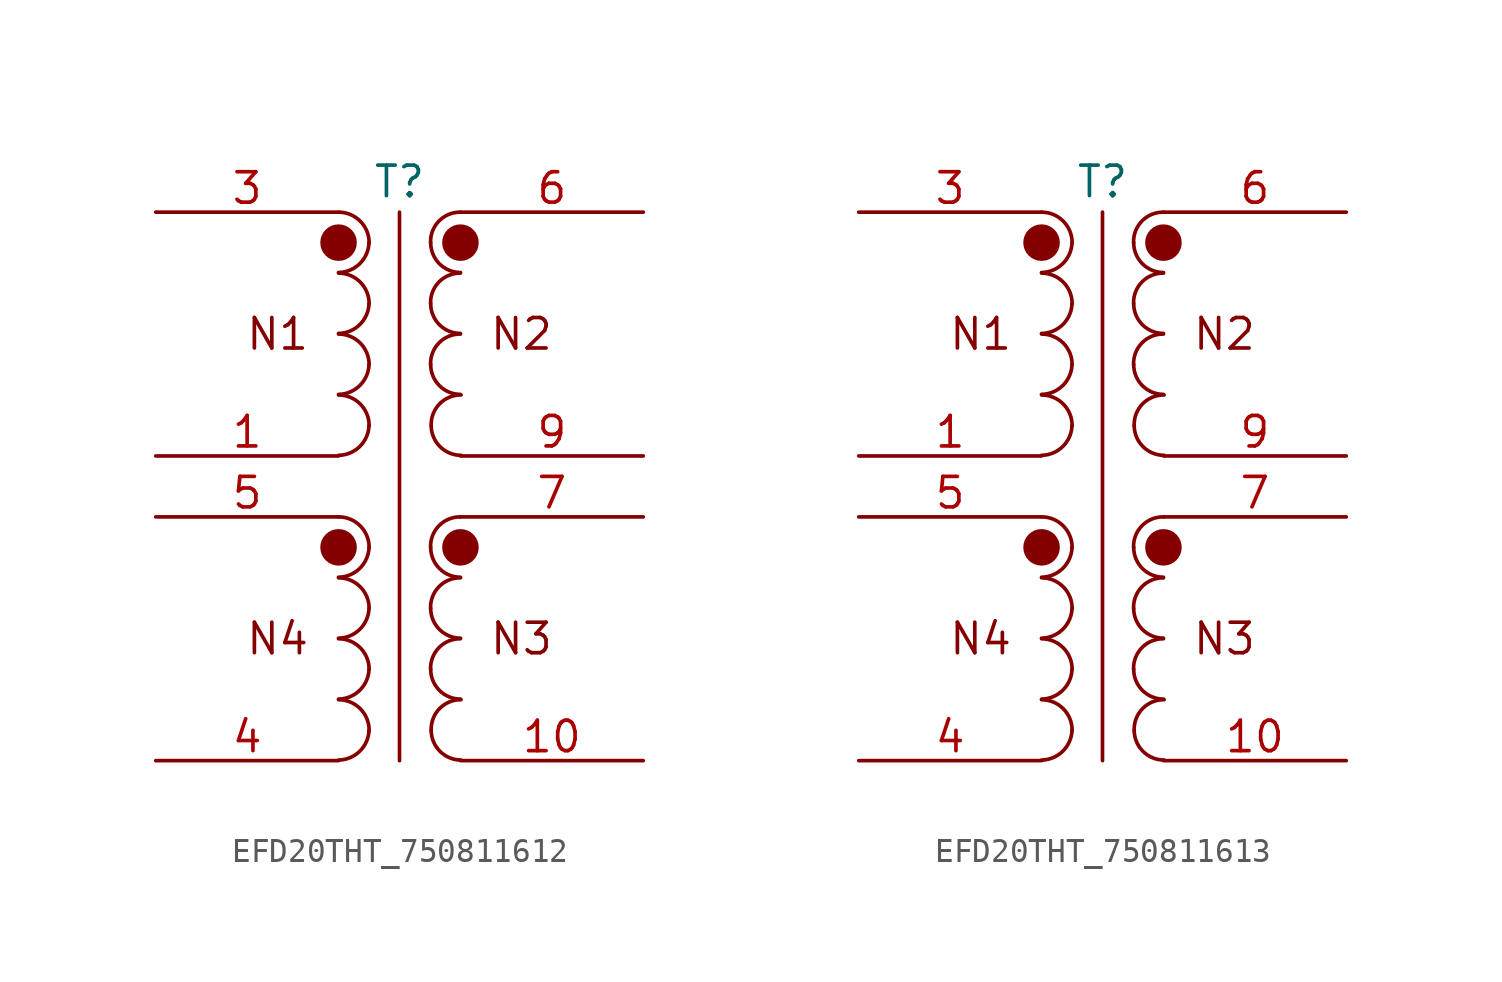
<source format=kicad_sym>
(kicad_symbol_lib
  (version 20220914)
  (generator kicad_symbol_editor)
  (symbol "EFD20THT_750811612"
    (pin_names hide)
    (property "Reference" "T"
      (at 0 12.7 0)
      (effects (font (size 1.27 1.27))))
    (symbol "EFD20THT_750811612_0_1"
      (arc (start -2.54 -11.4046) (mid -1.6561 -11.0363) (end -1.27 -10.16) (stroke (width 0) (type default)) (fill (type none)))
      (arc (start -2.54 -8.8646) (mid -1.6561 -8.4963) (end -1.27 -7.62) (stroke (width 0) (type default)) (fill (type none)))
      (arc (start -2.54 -6.3246) (mid -1.6561 -5.9563) (end -1.27 -5.08) (stroke (width 0) (type default)) (fill (type none)))
      (arc (start -2.54 -3.7846) (mid -1.6561 -3.4163) (end -1.27 -2.54) (stroke (width 0) (type default)) (fill (type none)))
      (arc (start -2.54 1.2954) (mid -1.6561 1.6637) (end -1.27 2.54) (stroke (width 0) (type default)) (fill (type none)))
      (arc (start -2.54 3.8354) (mid -1.6561 4.2037) (end -1.27 5.08) (stroke (width 0) (type default)) (fill (type none)))
      (arc (start -2.54 6.3754) (mid -1.6561 6.7437) (end -1.27 7.62) (stroke (width 0) (type default)) (fill (type none)))
      (arc (start -2.54 8.9154) (mid -1.6561 9.2837) (end -1.27 10.16) (stroke (width 0) (type default)) (fill (type none)))
      (arc (start -1.27 -10.16) (mid -1.642 -9.262) (end -2.54 -8.89) (stroke (width 0) (type default)) (fill (type none)))
      (arc (start -1.27 -7.62) (mid -1.642 -6.722) (end -2.54 -6.35) (stroke (width 0) (type default)) (fill (type none)))
      (arc (start -1.27 -5.08) (mid -1.642 -4.182) (end -2.54 -3.81) (stroke (width 0) (type default)) (fill (type none)))
      (arc (start -1.27 -2.54) (mid -1.642 -1.642) (end -2.54 -1.27) (stroke (width 0) (type default)) (fill (type none)))
      (arc (start -1.27 2.54) (mid -1.642 3.438) (end -2.54 3.81) (stroke (width 0) (type default)) (fill (type none)))
      (arc (start -1.27 5.08) (mid -1.642 5.978) (end -2.54 6.35) (stroke (width 0) (type default)) (fill (type none)))
      (arc (start -1.27 7.62) (mid -1.642 8.518) (end -2.54 8.89) (stroke (width 0) (type default)) (fill (type none)))
      (arc (start -1.27 10.16) (mid -1.642 11.058) (end -2.54 11.43) (stroke (width 0) (type default)) (fill (type none)))
      (polyline (pts (xy 0 11.43) (xy 0 -11.43)) (stroke (width 0) (type default)) (fill (type none)))
      (arc (start 1.2954 -7.62) (mid 1.6599 -8.5001) (end 2.54 -8.8646) (stroke (width 0) (type default)) (fill (type none)))
      (arc (start 1.2954 -5.08) (mid 1.6599 -5.9601) (end 2.54 -6.3246) (stroke (width 0) (type default)) (fill (type none)))
      (arc (start 1.2954 -2.54) (mid 1.6599 -3.4201) (end 2.54 -3.7846) (stroke (width 0) (type default)) (fill (type none)))
      (arc (start 1.2954 5.08) (mid 1.6599 4.1999) (end 2.54 3.8354) (stroke (width 0) (type default)) (fill (type none)))
      (arc (start 1.2954 7.62) (mid 1.6599 6.7399) (end 2.54 6.3754) (stroke (width 0) (type default)) (fill (type none)))
      (arc (start 1.2954 10.16) (mid 1.6599 9.2799) (end 2.54 8.9154) (stroke (width 0) (type default)) (fill (type none)))
      (arc (start 1.3208 -10.16) (mid 1.6854 -11.0399) (end 2.5654 -11.4046) (stroke (width 0) (type default)) (fill (type none)))
      (arc (start 1.3208 2.54) (mid 1.6855 1.6601) (end 2.5654 1.2954) (stroke (width 0) (type default)) (fill (type none)))
      (arc (start 2.54 -6.35) (mid 1.6458 -6.7185) (end 1.2954 -7.62) (stroke (width 0) (type default)) (fill (type none)))
      (arc (start 2.54 -3.81) (mid 1.6458 -4.1785) (end 1.2954 -5.08) (stroke (width 0) (type default)) (fill (type none)))
      (arc (start 2.54 -1.27) (mid 1.6458 -1.6385) (end 1.2954 -2.54) (stroke (width 0) (type default)) (fill (type none)))
      (arc (start 2.54 6.35) (mid 1.6458 5.9815) (end 1.2954 5.08) (stroke (width 0) (type default)) (fill (type none)))
      (arc (start 2.54 8.89) (mid 1.6458 8.5215) (end 1.2954 7.62) (stroke (width 0) (type default)) (fill (type none)))
      (arc (start 2.54 11.43) (mid 1.6458 11.0615) (end 1.2954 10.16) (stroke (width 0) (type default)) (fill (type none)))
      (arc (start 2.5654 -8.89) (mid 1.6709 -9.2583) (end 1.3208 -10.16) (stroke (width 0) (type default)) (fill (type none)))
      (arc (start 2.5654 3.81) (mid 1.6709 3.4417) (end 1.3208 2.54) (stroke (width 0) (type default)) (fill (type none))))
    (symbol "EFD20THT_750811612_1_1"
      (circle (center -2.54 -2.54) (radius 0.0001) (stroke (width 0.762) (type default)) (fill (type none)))
      (circle (center -2.54 10.16) (radius 0.0001) (stroke (width 0.762) (type default)) (fill (type none)))
      (circle (center 2.54 -2.54) (radius 0.0001) (stroke (width 0.762) (type default)) (fill (type none)))
      (circle (center 2.54 10.16) (radius 0.0001) (stroke (width 0.762) (type default)) (fill (type none)))
      (text "N1" (at -5.08 6.35 0) (effects (font (size 1.27 1.27))))
      (text "N2" (at 5.08 6.35 0) (effects (font (size 1.27 1.27))))
      (text "N3" (at 5.08 -6.35 0) (effects (font (size 1.27 1.27))))
      (text "N4" (at -5.08 -6.35 0) (effects (font (size 1.27 1.27))))
      (pin passive line (at -10.16 1.27 0) (length 7.62) (name "1" (effects (font (size 1.27 1.27)))) (number "1" (effects (font (size 1.27 1.27)))))
      (pin passive line (at 10.16 -11.43 180) (length 7.62) (name "10" (effects (font (size 1.27 1.27)))) (number "10" (effects (font (size 1.27 1.27)))))
      (pin passive line (at -10.16 11.43 0) (length 7.62) (name "3" (effects (font (size 1.27 1.27)))) (number "3" (effects (font (size 1.27 1.27)))))
      (pin passive line (at -10.16 -11.43 0) (length 7.62) (name "4" (effects (font (size 1.27 1.27)))) (number "4" (effects (font (size 1.27 1.27)))))
      (pin passive line (at -10.16 -1.27 0) (length 7.62) (name "5" (effects (font (size 1.27 1.27)))) (number "5" (effects (font (size 1.27 1.27)))))
      (pin passive line (at 10.16 11.43 180) (length 7.62) (name "6" (effects (font (size 1.27 1.27)))) (number "6" (effects (font (size 1.27 1.27)))))
      (pin passive line (at 10.16 -1.27 180) (length 7.62) (name "7" (effects (font (size 1.27 1.27)))) (number "7" (effects (font (size 1.27 1.27)))))
      (pin passive line (at 10.16 1.27 180) (length 7.62) (name "9" (effects (font (size 1.27 1.27)))) (number "9" (effects (font (size 1.27 1.27)))))))
  (symbol "EFD20THT_750811613"
    (pin_names hide)
    (property "Reference" "T"
      (at 0 12.7 0)
      (effects (font (size 1.27 1.27))))
    (symbol "EFD20THT_750811613_0_1"
      (arc (start -2.54 -11.4046) (mid -1.6561 -11.0363) (end -1.27 -10.16) (stroke (width 0) (type default)) (fill (type none)))
      (arc (start -2.54 -8.8646) (mid -1.6561 -8.4963) (end -1.27 -7.62) (stroke (width 0) (type default)) (fill (type none)))
      (arc (start -2.54 -6.3246) (mid -1.6561 -5.9563) (end -1.27 -5.08) (stroke (width 0) (type default)) (fill (type none)))
      (arc (start -2.54 -3.7846) (mid -1.6561 -3.4163) (end -1.27 -2.54) (stroke (width 0) (type default)) (fill (type none)))
      (arc (start -2.54 1.2954) (mid -1.6561 1.6637) (end -1.27 2.54) (stroke (width 0) (type default)) (fill (type none)))
      (arc (start -2.54 3.8354) (mid -1.6561 4.2037) (end -1.27 5.08) (stroke (width 0) (type default)) (fill (type none)))
      (arc (start -2.54 6.3754) (mid -1.6561 6.7437) (end -1.27 7.62) (stroke (width 0) (type default)) (fill (type none)))
      (arc (start -2.54 8.9154) (mid -1.6561 9.2837) (end -1.27 10.16) (stroke (width 0) (type default)) (fill (type none)))
      (arc (start -1.27 -10.16) (mid -1.642 -9.262) (end -2.54 -8.89) (stroke (width 0) (type default)) (fill (type none)))
      (arc (start -1.27 -7.62) (mid -1.642 -6.722) (end -2.54 -6.35) (stroke (width 0) (type default)) (fill (type none)))
      (arc (start -1.27 -5.08) (mid -1.642 -4.182) (end -2.54 -3.81) (stroke (width 0) (type default)) (fill (type none)))
      (arc (start -1.27 -2.54) (mid -1.642 -1.642) (end -2.54 -1.27) (stroke (width 0) (type default)) (fill (type none)))
      (arc (start -1.27 2.54) (mid -1.642 3.438) (end -2.54 3.81) (stroke (width 0) (type default)) (fill (type none)))
      (arc (start -1.27 5.08) (mid -1.642 5.978) (end -2.54 6.35) (stroke (width 0) (type default)) (fill (type none)))
      (arc (start -1.27 7.62) (mid -1.642 8.518) (end -2.54 8.89) (stroke (width 0) (type default)) (fill (type none)))
      (arc (start -1.27 10.16) (mid -1.642 11.058) (end -2.54 11.43) (stroke (width 0) (type default)) (fill (type none)))
      (polyline (pts (xy 0 11.43) (xy 0 -11.43)) (stroke (width 0) (type default)) (fill (type none)))
      (arc (start 1.2954 -7.62) (mid 1.6599 -8.5001) (end 2.54 -8.8646) (stroke (width 0) (type default)) (fill (type none)))
      (arc (start 1.2954 -5.08) (mid 1.6599 -5.9601) (end 2.54 -6.3246) (stroke (width 0) (type default)) (fill (type none)))
      (arc (start 1.2954 -2.54) (mid 1.6599 -3.4201) (end 2.54 -3.7846) (stroke (width 0) (type default)) (fill (type none)))
      (arc (start 1.2954 5.08) (mid 1.6599 4.1999) (end 2.54 3.8354) (stroke (width 0) (type default)) (fill (type none)))
      (arc (start 1.2954 7.62) (mid 1.6599 6.7399) (end 2.54 6.3754) (stroke (width 0) (type default)) (fill (type none)))
      (arc (start 1.2954 10.16) (mid 1.6599 9.2799) (end 2.54 8.9154) (stroke (width 0) (type default)) (fill (type none)))
      (arc (start 1.3208 -10.16) (mid 1.6854 -11.0399) (end 2.5654 -11.4046) (stroke (width 0) (type default)) (fill (type none)))
      (arc (start 1.3208 2.54) (mid 1.6855 1.6601) (end 2.5654 1.2954) (stroke (width 0) (type default)) (fill (type none)))
      (arc (start 2.54 -6.35) (mid 1.6458 -6.7185) (end 1.2954 -7.62) (stroke (width 0) (type default)) (fill (type none)))
      (arc (start 2.54 -3.81) (mid 1.6458 -4.1785) (end 1.2954 -5.08) (stroke (width 0) (type default)) (fill (type none)))
      (arc (start 2.54 -1.27) (mid 1.6458 -1.6385) (end 1.2954 -2.54) (stroke (width 0) (type default)) (fill (type none)))
      (arc (start 2.54 6.35) (mid 1.6458 5.9815) (end 1.2954 5.08) (stroke (width 0) (type default)) (fill (type none)))
      (arc (start 2.54 8.89) (mid 1.6458 8.5215) (end 1.2954 7.62) (stroke (width 0) (type default)) (fill (type none)))
      (arc (start 2.54 11.43) (mid 1.6458 11.0615) (end 1.2954 10.16) (stroke (width 0) (type default)) (fill (type none)))
      (arc (start 2.5654 -8.89) (mid 1.6709 -9.2583) (end 1.3208 -10.16) (stroke (width 0) (type default)) (fill (type none)))
      (arc (start 2.5654 3.81) (mid 1.6709 3.4417) (end 1.3208 2.54) (stroke (width 0) (type default)) (fill (type none))))
    (symbol "EFD20THT_750811613_1_1"
      (circle (center -2.54 -2.54) (radius 0.0001) (stroke (width 0.762) (type default)) (fill (type none)))
      (circle (center -2.54 10.16) (radius 0.0001) (stroke (width 0.762) (type default)) (fill (type none)))
      (circle (center 2.54 -2.54) (radius 0.0001) (stroke (width 0.762) (type default)) (fill (type none)))
      (circle (center 2.54 10.16) (radius 0.0001) (stroke (width 0.762) (type default)) (fill (type none)))
      (text "N1" (at -5.08 6.35 0) (effects (font (size 1.27 1.27))))
      (text "N2" (at 5.08 6.35 0) (effects (font (size 1.27 1.27))))
      (text "N3" (at 5.08 -6.35 0) (effects (font (size 1.27 1.27))))
      (text "N4" (at -5.08 -6.35 0) (effects (font (size 1.27 1.27))))
      (pin passive line (at -10.16 1.27 0) (length 7.62) (name "1" (effects (font (size 1.27 1.27)))) (number "1" (effects (font (size 1.27 1.27)))))
      (pin passive line (at 10.16 -11.43 180) (length 7.62) (name "10" (effects (font (size 1.27 1.27)))) (number "10" (effects (font (size 1.27 1.27)))))
      (pin passive line (at -10.16 11.43 0) (length 7.62) (name "3" (effects (font (size 1.27 1.27)))) (number "3" (effects (font (size 1.27 1.27)))))
      (pin passive line (at -10.16 -11.43 0) (length 7.62) (name "4" (effects (font (size 1.27 1.27)))) (number "4" (effects (font (size 1.27 1.27)))))
      (pin passive line (at -10.16 -1.27 0) (length 7.62) (name "5" (effects (font (size 1.27 1.27)))) (number "5" (effects (font (size 1.27 1.27)))))
      (pin passive line (at 10.16 11.43 180) (length 7.62) (name "6" (effects (font (size 1.27 1.27)))) (number "6" (effects (font (size 1.27 1.27)))))
      (pin passive line (at 10.16 -1.27 180) (length 7.62) (name "7" (effects (font (size 1.27 1.27)))) (number "7" (effects (font (size 1.27 1.27)))))
      (pin passive line (at 10.16 1.27 180) (length 7.62) (name "9" (effects (font (size 1.27 1.27)))) (number "9" (effects (font (size 1.27 1.27))))))))
</source>
